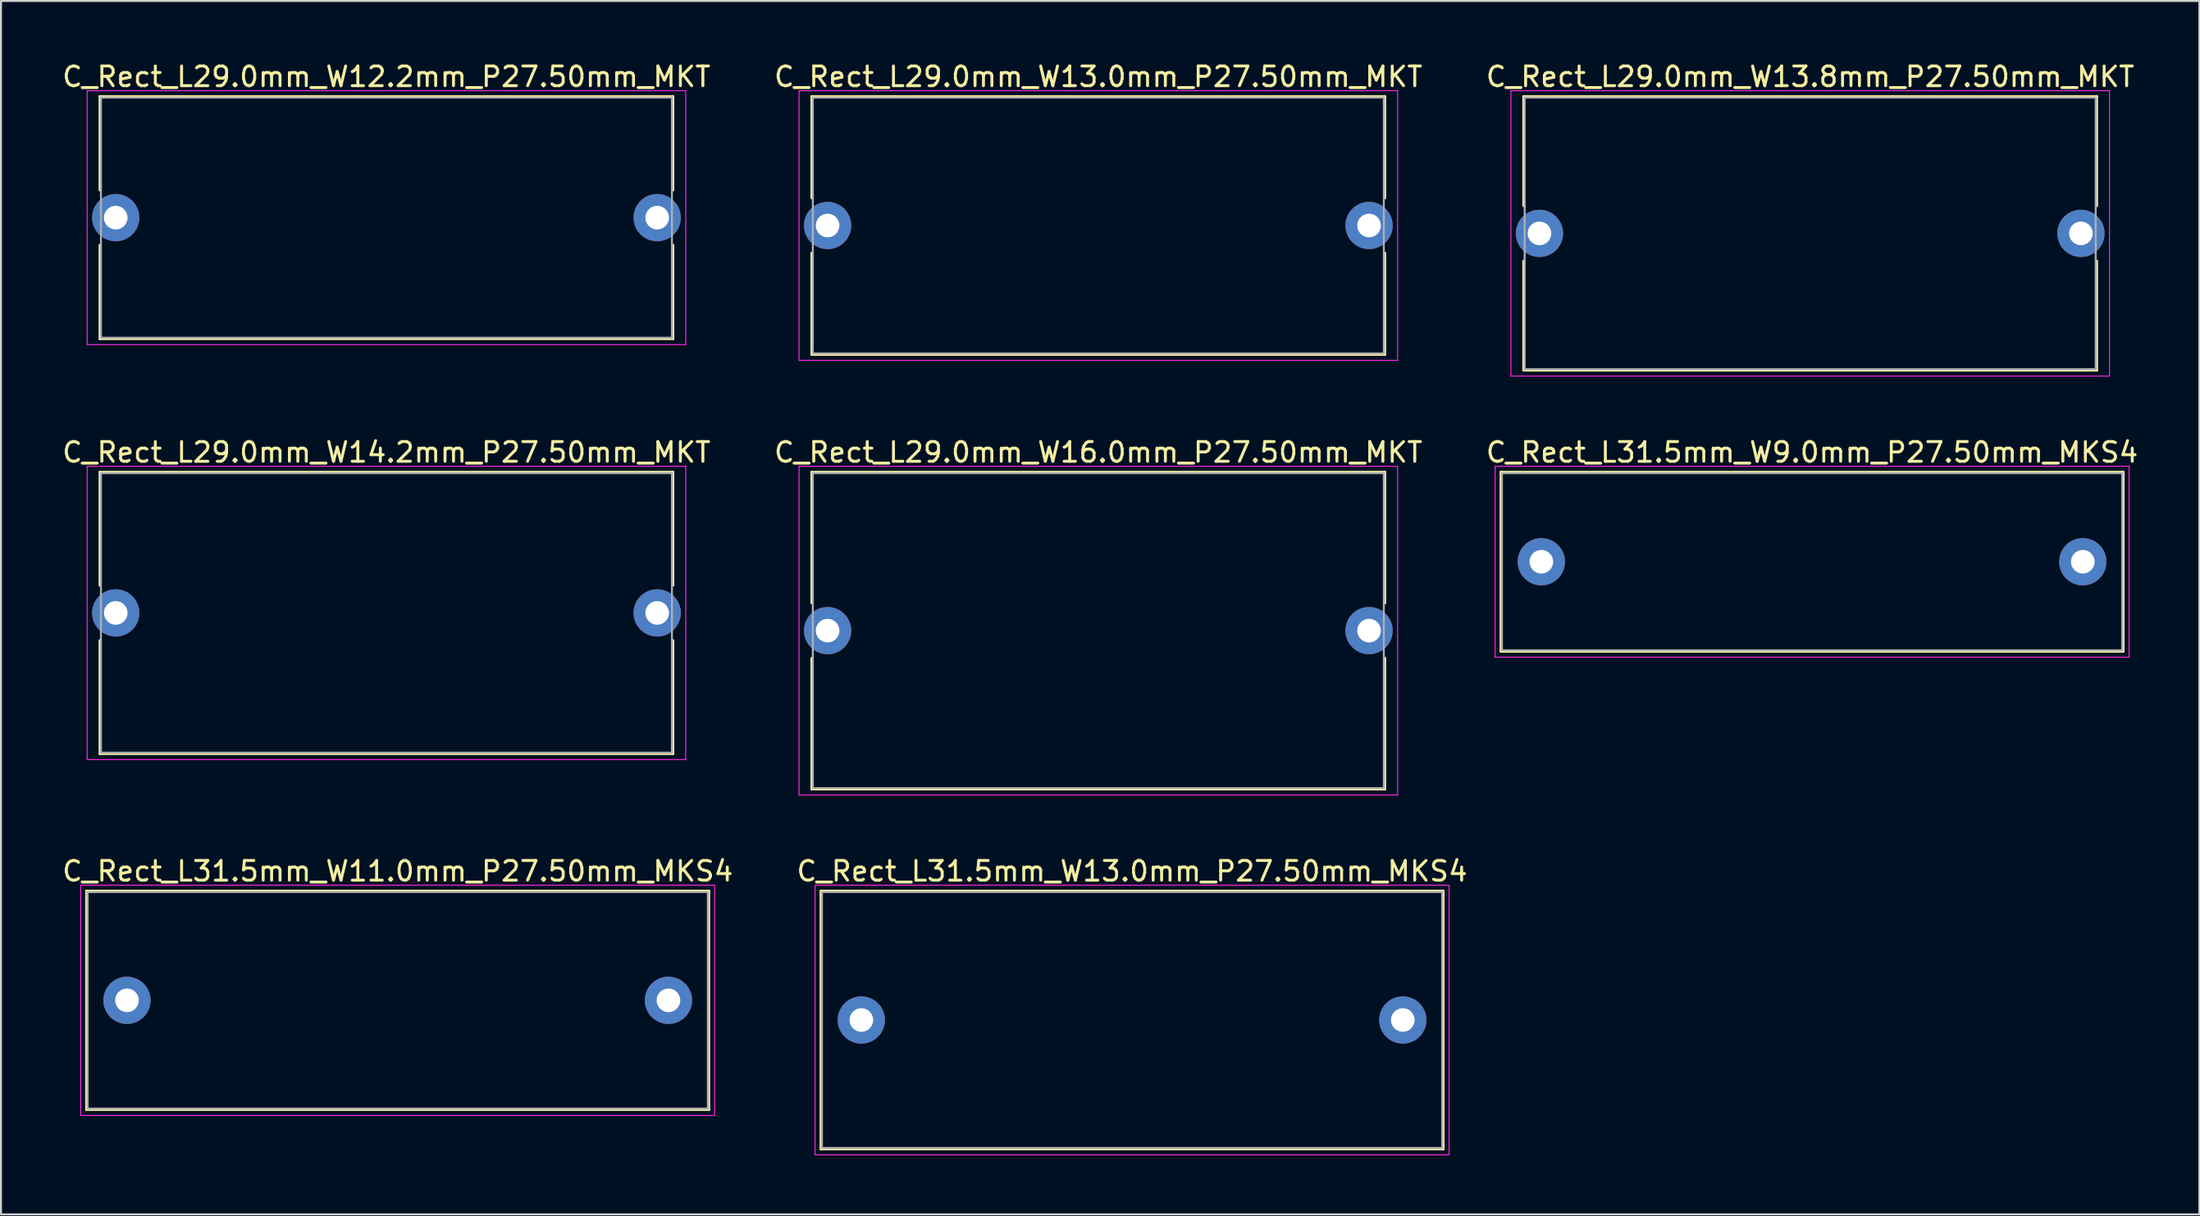
<source format=kicad_pcb>
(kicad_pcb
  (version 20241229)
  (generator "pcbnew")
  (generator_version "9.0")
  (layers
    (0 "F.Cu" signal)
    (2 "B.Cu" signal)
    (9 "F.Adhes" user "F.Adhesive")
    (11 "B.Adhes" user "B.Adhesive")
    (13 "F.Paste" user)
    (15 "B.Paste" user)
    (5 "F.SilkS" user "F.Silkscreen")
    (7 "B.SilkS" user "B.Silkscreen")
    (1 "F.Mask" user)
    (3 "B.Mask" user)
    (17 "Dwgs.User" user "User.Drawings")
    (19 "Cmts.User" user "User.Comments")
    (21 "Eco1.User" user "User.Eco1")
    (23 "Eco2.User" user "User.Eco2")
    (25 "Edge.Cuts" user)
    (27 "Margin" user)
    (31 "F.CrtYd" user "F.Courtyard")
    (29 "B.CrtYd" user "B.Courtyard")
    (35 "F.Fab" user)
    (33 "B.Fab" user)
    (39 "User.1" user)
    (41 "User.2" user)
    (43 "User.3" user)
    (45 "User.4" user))
  (footprint "C_Rect_L29.0mm_W16.0mm_P27.50mm_MKT"
    (layer "F.Cu")
    (at 38.982 28.991)
    (property "Reference" "C_Rect_L29.0mm_W16.0mm_P27.50mm_MKT" (at 13.75 -9.06 0) (layer "F.SilkS") (effects (font (size 1 1) (thickness 0.15))))
    (attr through_hole)
    (fp_line (start -0.81 -8.06) (end -0.81 -1.395) (stroke (width 0.12) (type solid)) (layer "F.SilkS"))
    (fp_line (start -0.81 -8.06) (end 28.31 -8.06) (stroke (width 0.12) (type solid)) (layer "F.SilkS"))
    (fp_line (start -0.81 1.395) (end -0.81 8.06) (stroke (width 0.12) (type solid)) (layer "F.SilkS"))
    (fp_line (start -0.81 8.06) (end 28.31 8.06) (stroke (width 0.12) (type solid)) (layer "F.SilkS"))
    (fp_line (start 28.31 -8.06) (end 28.31 -1.395) (stroke (width 0.12) (type solid)) (layer "F.SilkS"))
    (fp_line (start 28.31 1.395) (end 28.31 8.06) (stroke (width 0.12) (type solid)) (layer "F.SilkS"))
    (fp_line (start -1.45 -8.35) (end -1.45 8.35) (stroke (width 0.05) (type solid)) (layer "F.CrtYd"))
    (fp_line (start -1.45 8.35) (end 28.95 8.35) (stroke (width 0.05) (type solid)) (layer "F.CrtYd"))
    (fp_line (start 28.95 -8.35) (end -1.45 -8.35) (stroke (width 0.05) (type solid)) (layer "F.CrtYd"))
    (fp_line (start 28.95 8.35) (end 28.95 -8.35) (stroke (width 0.05) (type solid)) (layer "F.CrtYd"))
    (fp_line (start -0.75 -8) (end -0.75 8) (stroke (width 0.1) (type solid)) (layer "F.Fab"))
    (fp_line (start -0.75 8) (end 28.25 8) (stroke (width 0.1) (type solid)) (layer "F.Fab"))
    (fp_line (start 28.25 -8) (end -0.75 -8) (stroke (width 0.1) (type solid)) (layer "F.Fab"))
    (fp_line (start 28.25 8) (end 28.25 -8) (stroke (width 0.1) (type solid)) (layer "F.Fab"))
    (pad "1" thru_hole circle (at 0 0) (size 2.4 2.4) (drill 1.2) (layers "*.Cu" "*.Mask"))
    (pad "2" thru_hole circle (at 27.5 0) (size 2.4 2.4) (drill 1.2) (layers "*.Cu" "*.Mask")))
  (footprint "C_Rect_L29.0mm_W13.0mm_P27.50mm_MKT"
    (layer "F.Cu")
    (at 38.982 8.408)
    (property "Reference" "C_Rect_L29.0mm_W13.0mm_P27.50mm_MKT" (at 13.75 -7.56 0) (layer "F.SilkS") (effects (font (size 1 1) (thickness 0.15))))
    (attr through_hole)
    (fp_line (start -0.81 -6.56) (end -0.81 -1.395) (stroke (width 0.12) (type solid)) (layer "F.SilkS"))
    (fp_line (start -0.81 -6.56) (end 28.31 -6.56) (stroke (width 0.12) (type solid)) (layer "F.SilkS"))
    (fp_line (start -0.81 1.395) (end -0.81 6.56) (stroke (width 0.12) (type solid)) (layer "F.SilkS"))
    (fp_line (start -0.81 6.56) (end 28.31 6.56) (stroke (width 0.12) (type solid)) (layer "F.SilkS"))
    (fp_line (start 28.31 -6.56) (end 28.31 -1.395) (stroke (width 0.12) (type solid)) (layer "F.SilkS"))
    (fp_line (start 28.31 1.395) (end 28.31 6.56) (stroke (width 0.12) (type solid)) (layer "F.SilkS"))
    (fp_line (start -1.45 -6.85) (end -1.45 6.85) (stroke (width 0.05) (type solid)) (layer "F.CrtYd"))
    (fp_line (start -1.45 6.85) (end 28.95 6.85) (stroke (width 0.05) (type solid)) (layer "F.CrtYd"))
    (fp_line (start 28.95 -6.85) (end -1.45 -6.85) (stroke (width 0.05) (type solid)) (layer "F.CrtYd"))
    (fp_line (start 28.95 6.85) (end 28.95 -6.85) (stroke (width 0.05) (type solid)) (layer "F.CrtYd"))
    (fp_line (start -0.75 -6.5) (end -0.75 6.5) (stroke (width 0.1) (type solid)) (layer "F.Fab"))
    (fp_line (start -0.75 6.5) (end 28.25 6.5) (stroke (width 0.1) (type solid)) (layer "F.Fab"))
    (fp_line (start 28.25 -6.5) (end -0.75 -6.5) (stroke (width 0.1) (type solid)) (layer "F.Fab"))
    (fp_line (start 28.25 6.5) (end 28.25 -6.5) (stroke (width 0.1) (type solid)) (layer "F.Fab"))
    (pad "1" thru_hole circle (at 0 0) (size 2.4 2.4) (drill 1.2) (layers "*.Cu" "*.Mask"))
    (pad "2" thru_hole circle (at 27.5 0) (size 2.4 2.4) (drill 1.2) (layers "*.Cu" "*.Mask")))
  (footprint "C_Rect_L31.5mm_W11.0mm_P27.50mm_MKS4"
    (layer "F.Cu")
    (at 3.399 47.775)
    (property "Reference" "C_Rect_L31.5mm_W11.0mm_P27.50mm_MKS4" (at 13.75 -6.56 0) (layer "F.SilkS") (effects (font (size 1 1) (thickness 0.15))))
    (attr through_hole)
    (fp_line (start -2.06 -5.56) (end -2.06 5.56) (stroke (width 0.12) (type solid)) (layer "F.SilkS"))
    (fp_line (start -2.06 -5.56) (end 29.56 -5.56) (stroke (width 0.12) (type solid)) (layer "F.SilkS"))
    (fp_line (start -2.06 5.56) (end 29.56 5.56) (stroke (width 0.12) (type solid)) (layer "F.SilkS"))
    (fp_line (start 29.56 -5.56) (end 29.56 5.56) (stroke (width 0.12) (type solid)) (layer "F.SilkS"))
    (fp_line (start -2.35 -5.85) (end -2.35 5.85) (stroke (width 0.05) (type solid)) (layer "F.CrtYd"))
    (fp_line (start -2.35 5.85) (end 29.85 5.85) (stroke (width 0.05) (type solid)) (layer "F.CrtYd"))
    (fp_line (start 29.85 -5.85) (end -2.35 -5.85) (stroke (width 0.05) (type solid)) (layer "F.CrtYd"))
    (fp_line (start 29.85 5.85) (end 29.85 -5.85) (stroke (width 0.05) (type solid)) (layer "F.CrtYd"))
    (fp_line (start -2 -5.5) (end -2 5.5) (stroke (width 0.1) (type solid)) (layer "F.Fab"))
    (fp_line (start -2 5.5) (end 29.5 5.5) (stroke (width 0.1) (type solid)) (layer "F.Fab"))
    (fp_line (start 29.5 -5.5) (end -2 -5.5) (stroke (width 0.1) (type solid)) (layer "F.Fab"))
    (fp_line (start 29.5 5.5) (end 29.5 -5.5) (stroke (width 0.1) (type solid)) (layer "F.Fab"))
    (pad "1" thru_hole circle (at 0 0) (size 2.4 2.4) (drill 1.2) (layers "*.Cu" "*.Mask"))
    (pad "2" thru_hole circle (at 27.5 0) (size 2.4 2.4) (drill 1.2) (layers "*.Cu" "*.Mask")))
  (footprint "C_Rect_L31.5mm_W9.0mm_P27.50mm_MKS4"
    (layer "F.Cu")
    (at 75.232 25.491)
    (property "Reference" "C_Rect_L31.5mm_W9.0mm_P27.50mm_MKS4" (at 13.75 -5.56 0) (layer "F.SilkS") (effects (font (size 1 1) (thickness 0.15))))
    (attr through_hole)
    (fp_line (start -2.06 -4.56) (end -2.06 4.56) (stroke (width 0.12) (type solid)) (layer "F.SilkS"))
    (fp_line (start -2.06 -4.56) (end 29.56 -4.56) (stroke (width 0.12) (type solid)) (layer "F.SilkS"))
    (fp_line (start -2.06 4.56) (end 29.56 4.56) (stroke (width 0.12) (type solid)) (layer "F.SilkS"))
    (fp_line (start 29.56 -4.56) (end 29.56 4.56) (stroke (width 0.12) (type solid)) (layer "F.SilkS"))
    (fp_line (start -2.35 -4.85) (end -2.35 4.85) (stroke (width 0.05) (type solid)) (layer "F.CrtYd"))
    (fp_line (start -2.35 4.85) (end 29.85 4.85) (stroke (width 0.05) (type solid)) (layer "F.CrtYd"))
    (fp_line (start 29.85 -4.85) (end -2.35 -4.85) (stroke (width 0.05) (type solid)) (layer "F.CrtYd"))
    (fp_line (start 29.85 4.85) (end 29.85 -4.85) (stroke (width 0.05) (type solid)) (layer "F.CrtYd"))
    (fp_line (start -2 -4.5) (end -2 4.5) (stroke (width 0.1) (type solid)) (layer "F.Fab"))
    (fp_line (start -2 4.5) (end 29.5 4.5) (stroke (width 0.1) (type solid)) (layer "F.Fab"))
    (fp_line (start 29.5 -4.5) (end -2 -4.5) (stroke (width 0.1) (type solid)) (layer "F.Fab"))
    (fp_line (start 29.5 4.5) (end 29.5 -4.5) (stroke (width 0.1) (type solid)) (layer "F.Fab"))
    (pad "1" thru_hole circle (at 0 0) (size 2.4 2.4) (drill 1.2) (layers "*.Cu" "*.Mask"))
    (pad "2" thru_hole circle (at 27.5 0) (size 2.4 2.4) (drill 1.2) (layers "*.Cu" "*.Mask")))
  (footprint "C_Rect_L29.0mm_W13.8mm_P27.50mm_MKT"
    (layer "F.Cu")
    (at 75.137 8.808)
    (property "Reference" "C_Rect_L29.0mm_W13.8mm_P27.50mm_MKT" (at 13.75 -7.96 0) (layer "F.SilkS") (effects (font (size 1 1) (thickness 0.15))))
    (attr through_hole)
    (fp_line (start -0.81 -6.96) (end -0.81 -1.395) (stroke (width 0.12) (type solid)) (layer "F.SilkS"))
    (fp_line (start -0.81 -6.96) (end 28.31 -6.96) (stroke (width 0.12) (type solid)) (layer "F.SilkS"))
    (fp_line (start -0.81 1.395) (end -0.81 6.96) (stroke (width 0.12) (type solid)) (layer "F.SilkS"))
    (fp_line (start -0.81 6.96) (end 28.31 6.96) (stroke (width 0.12) (type solid)) (layer "F.SilkS"))
    (fp_line (start 28.31 -6.96) (end 28.31 -1.395) (stroke (width 0.12) (type solid)) (layer "F.SilkS"))
    (fp_line (start 28.31 1.395) (end 28.31 6.96) (stroke (width 0.12) (type solid)) (layer "F.SilkS"))
    (fp_line (start -1.45 -7.25) (end -1.45 7.25) (stroke (width 0.05) (type solid)) (layer "F.CrtYd"))
    (fp_line (start -1.45 7.25) (end 28.95 7.25) (stroke (width 0.05) (type solid)) (layer "F.CrtYd"))
    (fp_line (start 28.95 -7.25) (end -1.45 -7.25) (stroke (width 0.05) (type solid)) (layer "F.CrtYd"))
    (fp_line (start 28.95 7.25) (end 28.95 -7.25) (stroke (width 0.05) (type solid)) (layer "F.CrtYd"))
    (fp_line (start -0.75 -6.9) (end -0.75 6.9) (stroke (width 0.1) (type solid)) (layer "F.Fab"))
    (fp_line (start -0.75 6.9) (end 28.25 6.9) (stroke (width 0.1) (type solid)) (layer "F.Fab"))
    (fp_line (start 28.25 -6.9) (end -0.75 -6.9) (stroke (width 0.1) (type solid)) (layer "F.Fab"))
    (fp_line (start 28.25 6.9) (end 28.25 -6.9) (stroke (width 0.1) (type solid)) (layer "F.Fab"))
    (pad "1" thru_hole circle (at 0 0) (size 2.4 2.4) (drill 1.2) (layers "*.Cu" "*.Mask"))
    (pad "2" thru_hole circle (at 27.5 0) (size 2.4 2.4) (drill 1.2) (layers "*.Cu" "*.Mask")))
  (footprint "C_Rect_L29.0mm_W14.2mm_P27.50mm_MKT"
    (layer "F.Cu")
    (at 2.827 28.091)
    (property "Reference" "C_Rect_L29.0mm_W14.2mm_P27.50mm_MKT" (at 13.75 -8.16 0) (layer "F.SilkS") (effects (font (size 1 1) (thickness 0.15))))
    (attr through_hole)
    (fp_line (start -0.81 -7.16) (end -0.81 -1.395) (stroke (width 0.12) (type solid)) (layer "F.SilkS"))
    (fp_line (start -0.81 -7.16) (end 28.31 -7.16) (stroke (width 0.12) (type solid)) (layer "F.SilkS"))
    (fp_line (start -0.81 1.395) (end -0.81 7.16) (stroke (width 0.12) (type solid)) (layer "F.SilkS"))
    (fp_line (start -0.81 7.16) (end 28.31 7.16) (stroke (width 0.12) (type solid)) (layer "F.SilkS"))
    (fp_line (start 28.31 -7.16) (end 28.31 -1.395) (stroke (width 0.12) (type solid)) (layer "F.SilkS"))
    (fp_line (start 28.31 1.395) (end 28.31 7.16) (stroke (width 0.12) (type solid)) (layer "F.SilkS"))
    (fp_line (start -1.45 -7.45) (end -1.45 7.45) (stroke (width 0.05) (type solid)) (layer "F.CrtYd"))
    (fp_line (start -1.45 7.45) (end 28.95 7.45) (stroke (width 0.05) (type solid)) (layer "F.CrtYd"))
    (fp_line (start 28.95 -7.45) (end -1.45 -7.45) (stroke (width 0.05) (type solid)) (layer "F.CrtYd"))
    (fp_line (start 28.95 7.45) (end 28.95 -7.45) (stroke (width 0.05) (type solid)) (layer "F.CrtYd"))
    (fp_line (start -0.75 -7.1) (end -0.75 7.1) (stroke (width 0.1) (type solid)) (layer "F.Fab"))
    (fp_line (start -0.75 7.1) (end 28.25 7.1) (stroke (width 0.1) (type solid)) (layer "F.Fab"))
    (fp_line (start 28.25 -7.1) (end -0.75 -7.1) (stroke (width 0.1) (type solid)) (layer "F.Fab"))
    (fp_line (start 28.25 7.1) (end 28.25 -7.1) (stroke (width 0.1) (type solid)) (layer "F.Fab"))
    (pad "1" thru_hole circle (at 0 0) (size 2.4 2.4) (drill 1.2) (layers "*.Cu" "*.Mask"))
    (pad "2" thru_hole circle (at 27.5 0) (size 2.4 2.4) (drill 1.2) (layers "*.Cu" "*.Mask")))
  (footprint "C_Rect_L29.0mm_W12.2mm_P27.50mm_MKT"
    (layer "F.Cu")
    (at 2.827 8.008)
    (property "Reference" "C_Rect_L29.0mm_W12.2mm_P27.50mm_MKT" (at 13.75 -7.16 0) (layer "F.SilkS") (effects (font (size 1 1) (thickness 0.15))))
    (attr through_hole)
    (fp_line (start -0.81 -6.16) (end -0.81 -1.395) (stroke (width 0.12) (type solid)) (layer "F.SilkS"))
    (fp_line (start -0.81 -6.16) (end 28.31 -6.16) (stroke (width 0.12) (type solid)) (layer "F.SilkS"))
    (fp_line (start -0.81 1.395) (end -0.81 6.16) (stroke (width 0.12) (type solid)) (layer "F.SilkS"))
    (fp_line (start -0.81 6.16) (end 28.31 6.16) (stroke (width 0.12) (type solid)) (layer "F.SilkS"))
    (fp_line (start 28.31 -6.16) (end 28.31 -1.395) (stroke (width 0.12) (type solid)) (layer "F.SilkS"))
    (fp_line (start 28.31 1.395) (end 28.31 6.16) (stroke (width 0.12) (type solid)) (layer "F.SilkS"))
    (fp_line (start -1.45 -6.45) (end -1.45 6.45) (stroke (width 0.05) (type solid)) (layer "F.CrtYd"))
    (fp_line (start -1.45 6.45) (end 28.95 6.45) (stroke (width 0.05) (type solid)) (layer "F.CrtYd"))
    (fp_line (start 28.95 -6.45) (end -1.45 -6.45) (stroke (width 0.05) (type solid)) (layer "F.CrtYd"))
    (fp_line (start 28.95 6.45) (end 28.95 -6.45) (stroke (width 0.05) (type solid)) (layer "F.CrtYd"))
    (fp_line (start -0.75 -6.1) (end -0.75 6.1) (stroke (width 0.1) (type solid)) (layer "F.Fab"))
    (fp_line (start -0.75 6.1) (end 28.25 6.1) (stroke (width 0.1) (type solid)) (layer "F.Fab"))
    (fp_line (start 28.25 -6.1) (end -0.75 -6.1) (stroke (width 0.1) (type solid)) (layer "F.Fab"))
    (fp_line (start 28.25 6.1) (end 28.25 -6.1) (stroke (width 0.1) (type solid)) (layer "F.Fab"))
    (pad "1" thru_hole circle (at 0 0) (size 2.4 2.4) (drill 1.2) (layers "*.Cu" "*.Mask"))
    (pad "2" thru_hole circle (at 27.5 0) (size 2.4 2.4) (drill 1.2) (layers "*.Cu" "*.Mask")))
  (footprint "C_Rect_L31.5mm_W13.0mm_P27.50mm_MKS4"
    (layer "F.Cu")
    (at 40.696 48.775)
    (property "Reference" "C_Rect_L31.5mm_W13.0mm_P27.50mm_MKS4" (at 13.75 -7.56 0) (layer "F.SilkS") (effects (font (size 1 1) (thickness 0.15))))
    (attr through_hole)
    (fp_line (start -2.06 -6.56) (end -2.06 6.56) (stroke (width 0.12) (type solid)) (layer "F.SilkS"))
    (fp_line (start -2.06 -6.56) (end 29.56 -6.56) (stroke (width 0.12) (type solid)) (layer "F.SilkS"))
    (fp_line (start -2.06 6.56) (end 29.56 6.56) (stroke (width 0.12) (type solid)) (layer "F.SilkS"))
    (fp_line (start 29.56 -6.56) (end 29.56 6.56) (stroke (width 0.12) (type solid)) (layer "F.SilkS"))
    (fp_line (start -2.35 -6.85) (end -2.35 6.85) (stroke (width 0.05) (type solid)) (layer "F.CrtYd"))
    (fp_line (start -2.35 6.85) (end 29.85 6.85) (stroke (width 0.05) (type solid)) (layer "F.CrtYd"))
    (fp_line (start 29.85 -6.85) (end -2.35 -6.85) (stroke (width 0.05) (type solid)) (layer "F.CrtYd"))
    (fp_line (start 29.85 6.85) (end 29.85 -6.85) (stroke (width 0.05) (type solid)) (layer "F.CrtYd"))
    (fp_line (start -2 -6.5) (end -2 6.5) (stroke (width 0.1) (type solid)) (layer "F.Fab"))
    (fp_line (start -2 6.5) (end 29.5 6.5) (stroke (width 0.1) (type solid)) (layer "F.Fab"))
    (fp_line (start 29.5 -6.5) (end -2 -6.5) (stroke (width 0.1) (type solid)) (layer "F.Fab"))
    (fp_line (start 29.5 6.5) (end 29.5 -6.5) (stroke (width 0.1) (type solid)) (layer "F.Fab"))
    (pad "1" thru_hole circle (at 0 0) (size 2.4 2.4) (drill 1.2) (layers "*.Cu" "*.Mask"))
    (pad "2" thru_hole circle (at 27.5 0) (size 2.4 2.4) (drill 1.2) (layers "*.Cu" "*.Mask")))
  (gr_rect
    (start -3 -3)
    (end 108.655 58.65)
    (stroke (width 0.1) (type default))
    (fill no)
    (layer "Edge.Cuts")))
</source>
